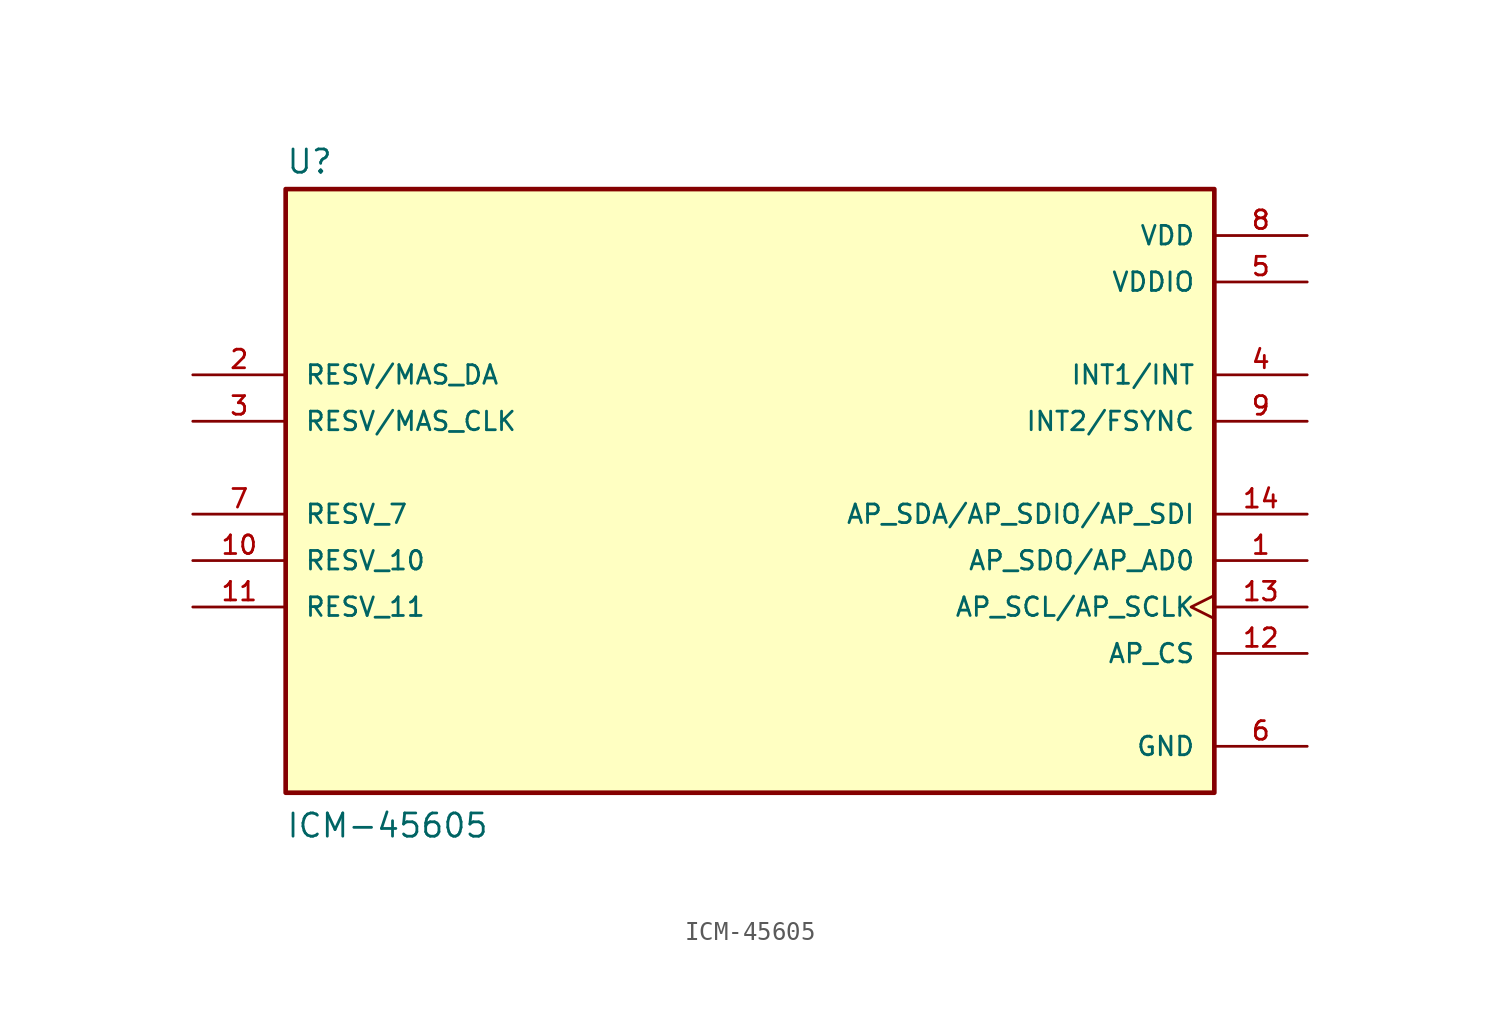
<source format=kicad_sym>
(kicad_symbol_lib
  (version 20211014)
  (generator kicad_symbol_editor)
  (symbol "ICM-45605"
    (pin_names
      (offset 1.016))
    (property "Reference" "U"
      (at -25.4 18.542 0)
      (effects (font (size 1.27 1.27)) (justify bottom left)))
    (property "Value" "ICM-45605"
      (at -25.4 -17.78 0)
      (effects (font (size 1.27 1.27)) (justify bottom left)))
    (symbol "ICM-45605_0_0"
      (rectangle (start -25.4 -15.24) (end 25.4 17.78) (stroke (width 0.254)) (fill (type background)))
      (pin bidirectional line (at 30.48 -2.54 180.0) (length 5.08) (name "AP_SDO/AP_AD0" (effects (font (size 1.016 1.016)))) (number "1" (effects (font (size 1.016 1.016)))))
      (pin passive line (at -30.48 7.62 0) (length 5.08) (name "RESV/MAS_DA" (effects (font (size 1.016 1.016)))) (number "2" (effects (font (size 1.016 1.016)))))
      (pin passive line (at -30.48 5.08 0) (length 5.08) (name "RESV/MAS_CLK" (effects (font (size 1.016 1.016)))) (number "3" (effects (font (size 1.016 1.016)))))
      (pin output line (at 30.48 7.62 180.0) (length 5.08) (name "INT1/INT" (effects (font (size 1.016 1.016)))) (number "4" (effects (font (size 1.016 1.016)))))
      (pin power_in line (at 30.48 12.7 180.0) (length 5.08) (name "VDDIO" (effects (font (size 1.016 1.016)))) (number "5" (effects (font (size 1.016 1.016)))))
      (pin power_in line (at 30.48 -12.7 180.0) (length 5.08) (name "GND" (effects (font (size 1.016 1.016)))) (number "6" (effects (font (size 1.016 1.016)))))
      (pin passive line (at -30.48 0.0 0) (length 5.08) (name "RESV_7" (effects (font (size 1.016 1.016)))) (number "7" (effects (font (size 1.016 1.016)))))
      (pin power_in line (at 30.48 15.24 180.0) (length 5.08) (name "VDD" (effects (font (size 1.016 1.016)))) (number "8" (effects (font (size 1.016 1.016)))))
      (pin bidirectional line (at 30.48 5.08 180.0) (length 5.08) (name "INT2/FSYNC" (effects (font (size 1.016 1.016)))) (number "9" (effects (font (size 1.016 1.016)))))
      (pin input line (at 30.48 -7.62 180.0) (length 5.08) (name "AP_CS" (effects (font (size 1.016 1.016)))) (number "12" (effects (font (size 1.016 1.016)))))
      (pin input clock (at 30.48 -5.08 180.0) (length 5.08) (name "AP_SCL/AP_SCLK" (effects (font (size 1.016 1.016)))) (number "13" (effects (font (size 1.016 1.016)))))
      (pin bidirectional line (at 30.48 0.0 180.0) (length 5.08) (name "AP_SDA/AP_SDIO/AP_SDI" (effects (font (size 1.016 1.016)))) (number "14" (effects (font (size 1.016 1.016)))))
      (pin passive line (at -30.48 -2.54 0) (length 5.08) (name "RESV_10" (effects (font (size 1.016 1.016)))) (number "10" (effects (font (size 1.016 1.016)))))
      (pin passive line (at -30.48 -5.08 0) (length 5.08) (name "RESV_11" (effects (font (size 1.016 1.016)))) (number "11" (effects (font (size 1.016 1.016))))))))
</source>
